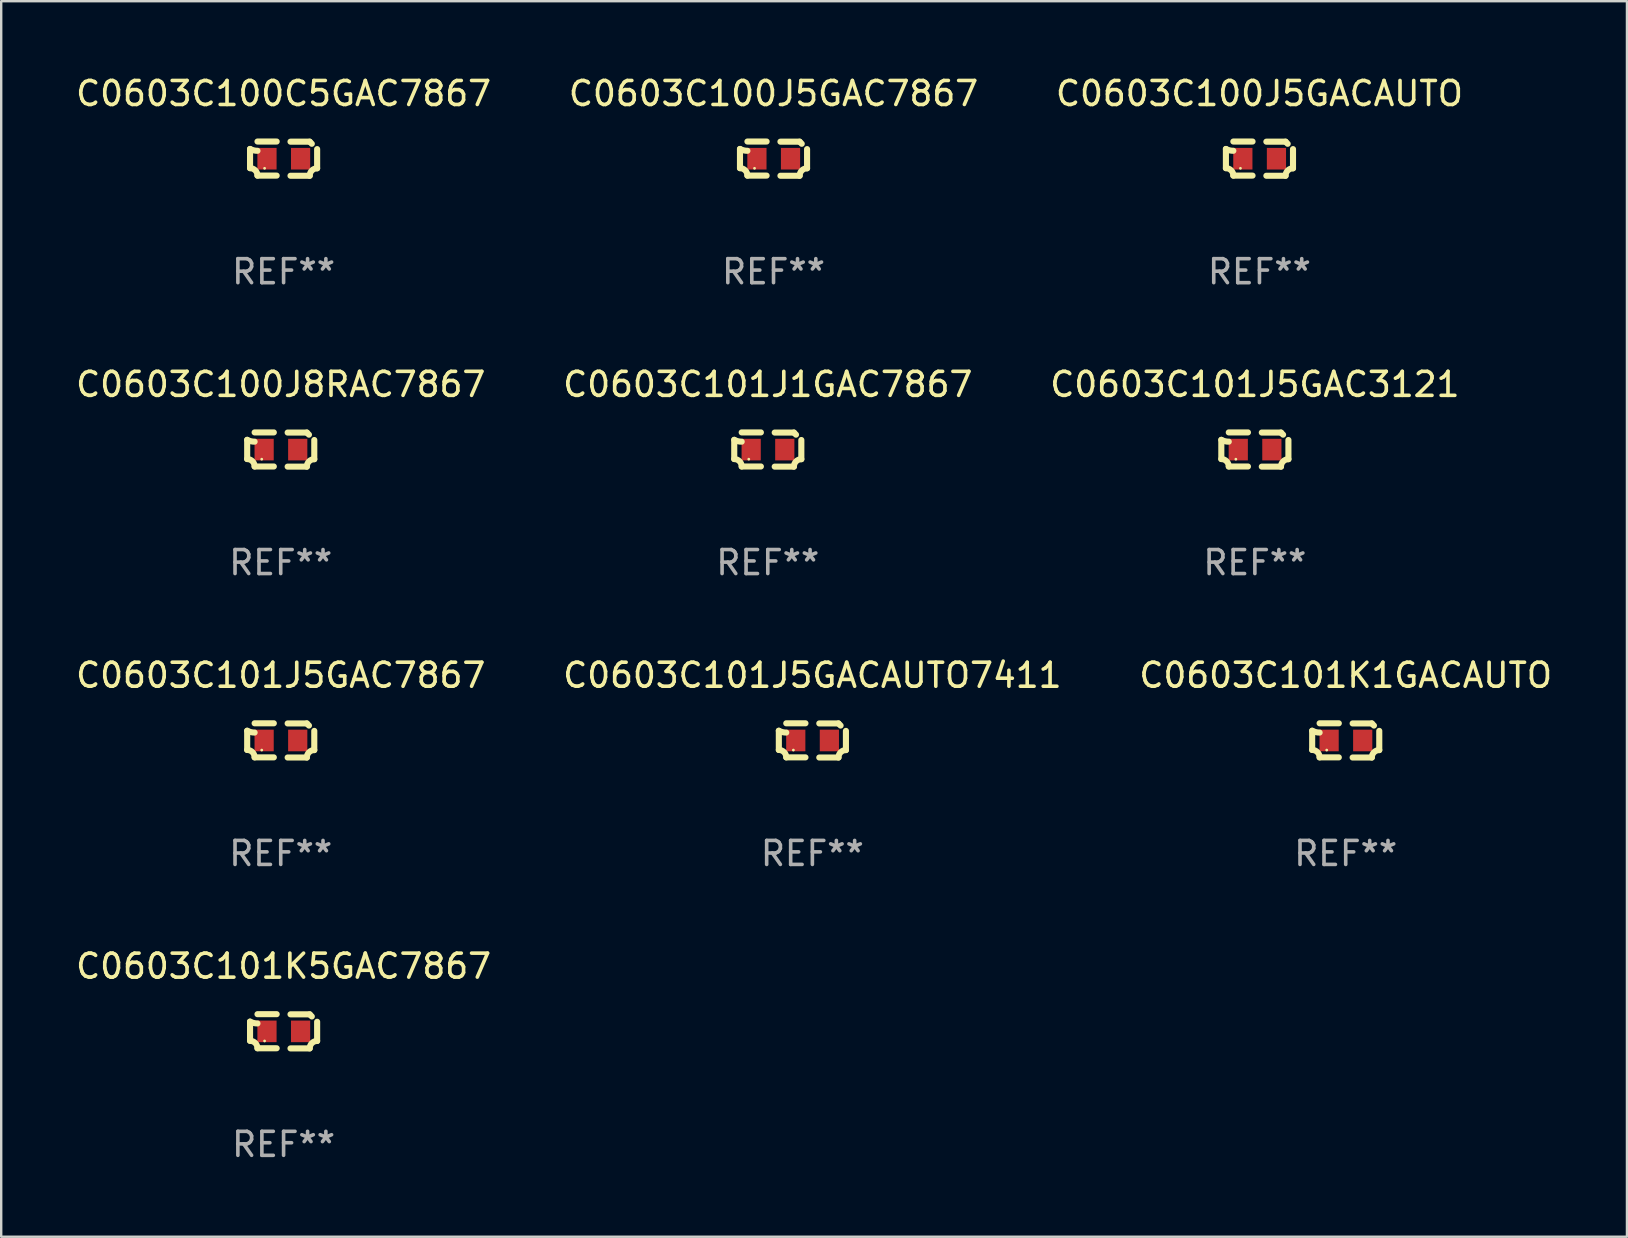
<source format=kicad_pcb>
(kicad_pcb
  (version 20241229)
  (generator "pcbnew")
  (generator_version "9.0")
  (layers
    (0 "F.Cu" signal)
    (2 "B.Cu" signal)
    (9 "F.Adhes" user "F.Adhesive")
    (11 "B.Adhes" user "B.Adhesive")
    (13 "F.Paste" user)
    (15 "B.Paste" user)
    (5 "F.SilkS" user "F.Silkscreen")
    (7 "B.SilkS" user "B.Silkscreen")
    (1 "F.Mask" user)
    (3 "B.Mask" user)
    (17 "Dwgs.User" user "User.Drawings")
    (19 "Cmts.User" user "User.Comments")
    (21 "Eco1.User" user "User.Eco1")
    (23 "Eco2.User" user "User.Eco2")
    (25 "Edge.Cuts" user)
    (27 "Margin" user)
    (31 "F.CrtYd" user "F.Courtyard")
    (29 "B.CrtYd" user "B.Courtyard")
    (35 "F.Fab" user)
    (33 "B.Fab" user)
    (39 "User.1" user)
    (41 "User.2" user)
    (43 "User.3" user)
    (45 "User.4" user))
  (footprint "C0603C101J5GAC3121"
    (layer "F.Cu")
    (at 49.244 15.683)
    (property "Reference" "C0603C101J5GAC3121" (at 0 -2.713 0) (layer "F.SilkS") (effects (font (size 1 1) (thickness 0.15))))
    (attr through_hole)
    (fp_line (start -1.398 -0.403) (end -1.398 0.397) (stroke (width 0.254) (type solid)) (layer "F.SilkS"))
    (fp_line (start -0.288 -0.713) (end -1.088 -0.713) (stroke (width 0.254) (type solid)) (layer "F.SilkS"))
    (fp_line (start -0.288 0.707) (end -1.088 0.707) (stroke (width 0.254) (type solid)) (layer "F.SilkS"))
    (fp_line (start 0.288 -0.707) (end 1.088 -0.707) (stroke (width 0.254) (type solid)) (layer "F.SilkS"))
    (fp_line (start 0.288 0.713) (end 1.088 0.713) (stroke (width 0.254) (type solid)) (layer "F.SilkS"))
    (fp_line (start 1.398 -0.397) (end 1.398 0.403) (stroke (width 0.254) (type solid)) (layer "F.SilkS"))
    (fp_arc (start -1.397789 0.397066) (mid -1.178701 0.487826) (end -1.08796 0.706922) (stroke (width 0.254001) (type solid)) (layer "F.SilkS"))
    (fp_arc (start -1.08796 -0.327176) (mid -1.247436 -0.346384) (end -1.39779 -0.402908) (stroke (width 0.254001) (type solid)) (layer "F.SilkS"))
    (fp_arc (start 1.087909 0.712738) (mid 1.178656 0.493655) (end 1.397739 0.402908) (stroke (width 0.254001) (type solid)) (layer "F.SilkS"))
    (fp_arc (start 1.175925 -0.618926) (mid 1.131917 -0.662923) (end 1.08791 -0.706922) (stroke (width 0.254001) (type solid)) (layer "F.SilkS"))
    (fp_circle (center -0.792 0.403) (end -0.762 0.403) (stroke (width 0.06) (type solid)) (fill no) (layer "F.SilkS"))
    (fp_text user "REF**" (at 0 4.713 0) (layer "F.Fab") (effects (font (size 1 1) (thickness 0.15))))
    (pad "1" smd rect (at -0.692 0.003) (size 0.8 0.9) (layers "F.Cu" "F.Mask" "F.Paste"))
    (pad "2" smd rect (at 0.708 0.003) (size 0.8 0.9) (layers "F.Cu" "F.Mask" "F.Paste")))
  (footprint "C0603C101J5GAC7867"
    (layer "F.Cu")
    (at 8.649 27.805)
    (property "Reference" "C0603C101J5GAC7867" (at 0 -2.713 0) (layer "F.SilkS") (effects (font (size 1 1) (thickness 0.15))))
    (attr through_hole)
    (fp_line (start -1.398 -0.403) (end -1.398 0.397) (stroke (width 0.254) (type solid)) (layer "F.SilkS"))
    (fp_line (start -0.288 -0.713) (end -1.088 -0.713) (stroke (width 0.254) (type solid)) (layer "F.SilkS"))
    (fp_line (start -0.288 0.707) (end -1.088 0.707) (stroke (width 0.254) (type solid)) (layer "F.SilkS"))
    (fp_line (start 0.288 -0.707) (end 1.088 -0.707) (stroke (width 0.254) (type solid)) (layer "F.SilkS"))
    (fp_line (start 0.288 0.713) (end 1.088 0.713) (stroke (width 0.254) (type solid)) (layer "F.SilkS"))
    (fp_line (start 1.398 -0.397) (end 1.398 0.403) (stroke (width 0.254) (type solid)) (layer "F.SilkS"))
    (fp_arc (start -1.397789 0.397066) (mid -1.178701 0.487826) (end -1.08796 0.706922) (stroke (width 0.254001) (type solid)) (layer "F.SilkS"))
    (fp_arc (start -1.08796 -0.327176) (mid -1.247436 -0.346384) (end -1.39779 -0.402908) (stroke (width 0.254001) (type solid)) (layer "F.SilkS"))
    (fp_arc (start 1.087909 0.712738) (mid 1.178656 0.493655) (end 1.397739 0.402908) (stroke (width 0.254001) (type solid)) (layer "F.SilkS"))
    (fp_arc (start 1.175925 -0.618926) (mid 1.131917 -0.662923) (end 1.08791 -0.706922) (stroke (width 0.254001) (type solid)) (layer "F.SilkS"))
    (fp_circle (center -0.792 0.403) (end -0.762 0.403) (stroke (width 0.06) (type solid)) (fill no) (layer "F.SilkS"))
    (fp_text user "REF**" (at 0 4.713 0) (layer "F.Fab") (effects (font (size 1 1) (thickness 0.15))))
    (pad "1" smd rect (at -0.692 0.003) (size 0.8 0.9) (layers "F.Cu" "F.Mask" "F.Paste"))
    (pad "2" smd rect (at 0.708 0.003) (size 0.8 0.9) (layers "F.Cu" "F.Mask" "F.Paste")))
  (footprint "C0603C101K1GACAUTO"
    (layer "F.Cu")
    (at 53.03 27.805)
    (property "Reference" "C0603C101K1GACAUTO" (at 0 -2.713 0) (layer "F.SilkS") (effects (font (size 1 1) (thickness 0.15))))
    (attr through_hole)
    (fp_line (start -1.398 -0.403) (end -1.398 0.397) (stroke (width 0.254) (type solid)) (layer "F.SilkS"))
    (fp_line (start -0.288 -0.713) (end -1.088 -0.713) (stroke (width 0.254) (type solid)) (layer "F.SilkS"))
    (fp_line (start -0.288 0.707) (end -1.088 0.707) (stroke (width 0.254) (type solid)) (layer "F.SilkS"))
    (fp_line (start 0.288 -0.707) (end 1.088 -0.707) (stroke (width 0.254) (type solid)) (layer "F.SilkS"))
    (fp_line (start 0.288 0.713) (end 1.088 0.713) (stroke (width 0.254) (type solid)) (layer "F.SilkS"))
    (fp_line (start 1.398 -0.397) (end 1.398 0.403) (stroke (width 0.254) (type solid)) (layer "F.SilkS"))
    (fp_arc (start -1.397789 0.397066) (mid -1.178701 0.487826) (end -1.08796 0.706922) (stroke (width 0.254001) (type solid)) (layer "F.SilkS"))
    (fp_arc (start -1.08796 -0.327176) (mid -1.247436 -0.346384) (end -1.39779 -0.402908) (stroke (width 0.254001) (type solid)) (layer "F.SilkS"))
    (fp_arc (start 1.087909 0.712738) (mid 1.178656 0.493655) (end 1.397739 0.402908) (stroke (width 0.254001) (type solid)) (layer "F.SilkS"))
    (fp_arc (start 1.175925 -0.618926) (mid 1.131917 -0.662923) (end 1.08791 -0.706922) (stroke (width 0.254001) (type solid)) (layer "F.SilkS"))
    (fp_circle (center -0.792 0.403) (end -0.762 0.403) (stroke (width 0.06) (type solid)) (fill no) (layer "F.SilkS"))
    (fp_text user "REF**" (at 0 4.713 0) (layer "F.Fab") (effects (font (size 1 1) (thickness 0.15))))
    (pad "1" smd rect (at -0.692 0.003) (size 0.8 0.9) (layers "F.Cu" "F.Mask" "F.Paste"))
    (pad "2" smd rect (at 0.708 0.003) (size 0.8 0.9) (layers "F.Cu" "F.Mask" "F.Paste")))
  (footprint "C0603C101J1GAC7867"
    (layer "F.Cu")
    (at 28.946 15.683)
    (property "Reference" "C0603C101J1GAC7867" (at 0 -2.713 0) (layer "F.SilkS") (effects (font (size 1 1) (thickness 0.15))))
    (attr through_hole)
    (fp_line (start -1.398 -0.403) (end -1.398 0.397) (stroke (width 0.254) (type solid)) (layer "F.SilkS"))
    (fp_line (start -0.288 -0.713) (end -1.088 -0.713) (stroke (width 0.254) (type solid)) (layer "F.SilkS"))
    (fp_line (start -0.288 0.707) (end -1.088 0.707) (stroke (width 0.254) (type solid)) (layer "F.SilkS"))
    (fp_line (start 0.288 -0.707) (end 1.088 -0.707) (stroke (width 0.254) (type solid)) (layer "F.SilkS"))
    (fp_line (start 0.288 0.713) (end 1.088 0.713) (stroke (width 0.254) (type solid)) (layer "F.SilkS"))
    (fp_line (start 1.398 -0.397) (end 1.398 0.403) (stroke (width 0.254) (type solid)) (layer "F.SilkS"))
    (fp_arc (start -1.397789 0.397066) (mid -1.178701 0.487826) (end -1.08796 0.706922) (stroke (width 0.254001) (type solid)) (layer "F.SilkS"))
    (fp_arc (start -1.08796 -0.327176) (mid -1.247436 -0.346384) (end -1.39779 -0.402908) (stroke (width 0.254001) (type solid)) (layer "F.SilkS"))
    (fp_arc (start 1.087909 0.712738) (mid 1.178656 0.493655) (end 1.397739 0.402908) (stroke (width 0.254001) (type solid)) (layer "F.SilkS"))
    (fp_arc (start 1.175925 -0.618926) (mid 1.131917 -0.662923) (end 1.08791 -0.706922) (stroke (width 0.254001) (type solid)) (layer "F.SilkS"))
    (fp_circle (center -0.792 0.403) (end -0.762 0.403) (stroke (width 0.06) (type solid)) (fill no) (layer "F.SilkS"))
    (fp_text user "REF**" (at 0 4.713 0) (layer "F.Fab") (effects (font (size 1 1) (thickness 0.15))))
    (pad "1" smd rect (at -0.692 0.003) (size 0.8 0.9) (layers "F.Cu" "F.Mask" "F.Paste"))
    (pad "2" smd rect (at 0.708 0.003) (size 0.8 0.9) (layers "F.Cu" "F.Mask" "F.Paste")))
  (footprint "C0603C100J5GACAUTO"
    (layer "F.Cu")
    (at 49.435 3.561)
    (property "Reference" "C0603C100J5GACAUTO" (at 0 -2.713 0) (layer "F.SilkS") (effects (font (size 1 1) (thickness 0.15))))
    (attr through_hole)
    (fp_line (start -1.398 -0.403) (end -1.398 0.397) (stroke (width 0.254) (type solid)) (layer "F.SilkS"))
    (fp_line (start -0.288 -0.713) (end -1.088 -0.713) (stroke (width 0.254) (type solid)) (layer "F.SilkS"))
    (fp_line (start -0.288 0.707) (end -1.088 0.707) (stroke (width 0.254) (type solid)) (layer "F.SilkS"))
    (fp_line (start 0.288 -0.707) (end 1.088 -0.707) (stroke (width 0.254) (type solid)) (layer "F.SilkS"))
    (fp_line (start 0.288 0.713) (end 1.088 0.713) (stroke (width 0.254) (type solid)) (layer "F.SilkS"))
    (fp_line (start 1.398 -0.397) (end 1.398 0.403) (stroke (width 0.254) (type solid)) (layer "F.SilkS"))
    (fp_arc (start -1.397789 0.397066) (mid -1.178701 0.487826) (end -1.08796 0.706922) (stroke (width 0.254001) (type solid)) (layer "F.SilkS"))
    (fp_arc (start -1.08796 -0.327176) (mid -1.247436 -0.346384) (end -1.39779 -0.402908) (stroke (width 0.254001) (type solid)) (layer "F.SilkS"))
    (fp_arc (start 1.087909 0.712738) (mid 1.178656 0.493655) (end 1.397739 0.402908) (stroke (width 0.254001) (type solid)) (layer "F.SilkS"))
    (fp_arc (start 1.175925 -0.618926) (mid 1.131917 -0.662923) (end 1.08791 -0.706922) (stroke (width 0.254001) (type solid)) (layer "F.SilkS"))
    (fp_circle (center -0.792 0.403) (end -0.762 0.403) (stroke (width 0.06) (type solid)) (fill no) (layer "F.SilkS"))
    (fp_text user "REF**" (at 0 4.713 0) (layer "F.Fab") (effects (font (size 1 1) (thickness 0.15))))
    (pad "1" smd rect (at -0.692 0.003) (size 0.8 0.9) (layers "F.Cu" "F.Mask" "F.Paste"))
    (pad "2" smd rect (at 0.708 0.003) (size 0.8 0.9) (layers "F.Cu" "F.Mask" "F.Paste")))
  (footprint "C0603C100C5GAC7867"
    (layer "F.Cu")
    (at 8.768 3.561)
    (property "Reference" "C0603C100C5GAC7867" (at 0 -2.713 0) (layer "F.SilkS") (effects (font (size 1 1) (thickness 0.15))))
    (attr through_hole)
    (fp_line (start -1.398 -0.403) (end -1.398 0.397) (stroke (width 0.254) (type solid)) (layer "F.SilkS"))
    (fp_line (start -0.288 -0.713) (end -1.088 -0.713) (stroke (width 0.254) (type solid)) (layer "F.SilkS"))
    (fp_line (start -0.288 0.707) (end -1.088 0.707) (stroke (width 0.254) (type solid)) (layer "F.SilkS"))
    (fp_line (start 0.288 -0.707) (end 1.088 -0.707) (stroke (width 0.254) (type solid)) (layer "F.SilkS"))
    (fp_line (start 0.288 0.713) (end 1.088 0.713) (stroke (width 0.254) (type solid)) (layer "F.SilkS"))
    (fp_line (start 1.398 -0.397) (end 1.398 0.403) (stroke (width 0.254) (type solid)) (layer "F.SilkS"))
    (fp_arc (start -1.397789 0.397066) (mid -1.178701 0.487826) (end -1.08796 0.706922) (stroke (width 0.254001) (type solid)) (layer "F.SilkS"))
    (fp_arc (start -1.08796 -0.327176) (mid -1.247436 -0.346384) (end -1.39779 -0.402908) (stroke (width 0.254001) (type solid)) (layer "F.SilkS"))
    (fp_arc (start 1.087909 0.712738) (mid 1.178656 0.493655) (end 1.397739 0.402908) (stroke (width 0.254001) (type solid)) (layer "F.SilkS"))
    (fp_arc (start 1.175925 -0.618926) (mid 1.131917 -0.662923) (end 1.08791 -0.706922) (stroke (width 0.254001) (type solid)) (layer "F.SilkS"))
    (fp_circle (center -0.792 0.403) (end -0.762 0.403) (stroke (width 0.06) (type solid)) (fill no) (layer "F.SilkS"))
    (fp_text user "REF**" (at 0 4.713 0) (layer "F.Fab") (effects (font (size 1 1) (thickness 0.15))))
    (pad "1" smd rect (at -0.692 0.003) (size 0.8 0.9) (layers "F.Cu" "F.Mask" "F.Paste"))
    (pad "2" smd rect (at 0.708 0.003) (size 0.8 0.9) (layers "F.Cu" "F.Mask" "F.Paste")))
  (footprint "C0603C100J5GAC7867"
    (layer "F.Cu")
    (at 29.185 3.561)
    (property "Reference" "C0603C100J5GAC7867" (at 0 -2.713 0) (layer "F.SilkS") (effects (font (size 1 1) (thickness 0.15))))
    (attr through_hole)
    (fp_line (start -1.398 -0.403) (end -1.398 0.397) (stroke (width 0.254) (type solid)) (layer "F.SilkS"))
    (fp_line (start -0.288 -0.713) (end -1.088 -0.713) (stroke (width 0.254) (type solid)) (layer "F.SilkS"))
    (fp_line (start -0.288 0.707) (end -1.088 0.707) (stroke (width 0.254) (type solid)) (layer "F.SilkS"))
    (fp_line (start 0.288 -0.707) (end 1.088 -0.707) (stroke (width 0.254) (type solid)) (layer "F.SilkS"))
    (fp_line (start 0.288 0.713) (end 1.088 0.713) (stroke (width 0.254) (type solid)) (layer "F.SilkS"))
    (fp_line (start 1.398 -0.397) (end 1.398 0.403) (stroke (width 0.254) (type solid)) (layer "F.SilkS"))
    (fp_arc (start -1.397789 0.397066) (mid -1.178701 0.487826) (end -1.08796 0.706922) (stroke (width 0.254001) (type solid)) (layer "F.SilkS"))
    (fp_arc (start -1.08796 -0.327176) (mid -1.247436 -0.346384) (end -1.39779 -0.402908) (stroke (width 0.254001) (type solid)) (layer "F.SilkS"))
    (fp_arc (start 1.087909 0.712738) (mid 1.178656 0.493655) (end 1.397739 0.402908) (stroke (width 0.254001) (type solid)) (layer "F.SilkS"))
    (fp_arc (start 1.175925 -0.618926) (mid 1.131917 -0.662923) (end 1.08791 -0.706922) (stroke (width 0.254001) (type solid)) (layer "F.SilkS"))
    (fp_circle (center -0.792 0.403) (end -0.762 0.403) (stroke (width 0.06) (type solid)) (fill no) (layer "F.SilkS"))
    (fp_text user "REF**" (at 0 4.713 0) (layer "F.Fab") (effects (font (size 1 1) (thickness 0.15))))
    (pad "1" smd rect (at -0.692 0.003) (size 0.8 0.9) (layers "F.Cu" "F.Mask" "F.Paste"))
    (pad "2" smd rect (at 0.708 0.003) (size 0.8 0.9) (layers "F.Cu" "F.Mask" "F.Paste")))
  (footprint "C0603C101J5GACAUTO7411"
    (layer "F.Cu")
    (at 30.804 27.805)
    (property "Reference" "C0603C101J5GACAUTO7411" (at 0 -2.713 0) (layer "F.SilkS") (effects (font (size 1 1) (thickness 0.15))))
    (attr through_hole)
    (fp_line (start -1.398 -0.403) (end -1.398 0.397) (stroke (width 0.254) (type solid)) (layer "F.SilkS"))
    (fp_line (start -0.288 -0.713) (end -1.088 -0.713) (stroke (width 0.254) (type solid)) (layer "F.SilkS"))
    (fp_line (start -0.288 0.707) (end -1.088 0.707) (stroke (width 0.254) (type solid)) (layer "F.SilkS"))
    (fp_line (start 0.288 -0.707) (end 1.088 -0.707) (stroke (width 0.254) (type solid)) (layer "F.SilkS"))
    (fp_line (start 0.288 0.713) (end 1.088 0.713) (stroke (width 0.254) (type solid)) (layer "F.SilkS"))
    (fp_line (start 1.398 -0.397) (end 1.398 0.403) (stroke (width 0.254) (type solid)) (layer "F.SilkS"))
    (fp_arc (start -1.397789 0.397066) (mid -1.178701 0.487826) (end -1.08796 0.706922) (stroke (width 0.254001) (type solid)) (layer "F.SilkS"))
    (fp_arc (start -1.08796 -0.327176) (mid -1.247436 -0.346384) (end -1.39779 -0.402908) (stroke (width 0.254001) (type solid)) (layer "F.SilkS"))
    (fp_arc (start 1.087909 0.712738) (mid 1.178656 0.493655) (end 1.397739 0.402908) (stroke (width 0.254001) (type solid)) (layer "F.SilkS"))
    (fp_arc (start 1.175925 -0.618926) (mid 1.131917 -0.662923) (end 1.08791 -0.706922) (stroke (width 0.254001) (type solid)) (layer "F.SilkS"))
    (fp_circle (center -0.792 0.403) (end -0.762 0.403) (stroke (width 0.06) (type solid)) (fill no) (layer "F.SilkS"))
    (fp_text user "REF**" (at 0 4.713 0) (layer "F.Fab") (effects (font (size 1 1) (thickness 0.15))))
    (pad "1" smd rect (at -0.692 0.003) (size 0.8 0.9) (layers "F.Cu" "F.Mask" "F.Paste"))
    (pad "2" smd rect (at 0.708 0.003) (size 0.8 0.9) (layers "F.Cu" "F.Mask" "F.Paste")))
  (footprint "C0603C101K5GAC7867"
    (layer "F.Cu")
    (at 8.768 39.927)
    (property "Reference" "C0603C101K5GAC7867" (at 0 -2.713 0) (layer "F.SilkS") (effects (font (size 1 1) (thickness 0.15))))
    (attr through_hole)
    (fp_line (start -1.398 -0.403) (end -1.398 0.397) (stroke (width 0.254) (type solid)) (layer "F.SilkS"))
    (fp_line (start -0.288 -0.713) (end -1.088 -0.713) (stroke (width 0.254) (type solid)) (layer "F.SilkS"))
    (fp_line (start -0.288 0.707) (end -1.088 0.707) (stroke (width 0.254) (type solid)) (layer "F.SilkS"))
    (fp_line (start 0.288 -0.707) (end 1.088 -0.707) (stroke (width 0.254) (type solid)) (layer "F.SilkS"))
    (fp_line (start 0.288 0.713) (end 1.088 0.713) (stroke (width 0.254) (type solid)) (layer "F.SilkS"))
    (fp_line (start 1.398 -0.397) (end 1.398 0.403) (stroke (width 0.254) (type solid)) (layer "F.SilkS"))
    (fp_arc (start -1.397789 0.397066) (mid -1.178701 0.487826) (end -1.08796 0.706922) (stroke (width 0.254001) (type solid)) (layer "F.SilkS"))
    (fp_arc (start -1.08796 -0.327176) (mid -1.247436 -0.346384) (end -1.39779 -0.402908) (stroke (width 0.254001) (type solid)) (layer "F.SilkS"))
    (fp_arc (start 1.087909 0.712738) (mid 1.178656 0.493655) (end 1.397739 0.402908) (stroke (width 0.254001) (type solid)) (layer "F.SilkS"))
    (fp_arc (start 1.175925 -0.618926) (mid 1.131917 -0.662923) (end 1.08791 -0.706922) (stroke (width 0.254001) (type solid)) (layer "F.SilkS"))
    (fp_circle (center -0.792 0.403) (end -0.762 0.403) (stroke (width 0.06) (type solid)) (fill no) (layer "F.SilkS"))
    (fp_text user "REF**" (at 0 4.713 0) (layer "F.Fab") (effects (font (size 1 1) (thickness 0.15))))
    (pad "1" smd rect (at -0.692 0.003) (size 0.8 0.9) (layers "F.Cu" "F.Mask" "F.Paste"))
    (pad "2" smd rect (at 0.708 0.003) (size 0.8 0.9) (layers "F.Cu" "F.Mask" "F.Paste")))
  (footprint "C0603C100J8RAC7867"
    (layer "F.Cu")
    (at 8.649 15.683)
    (property "Reference" "C0603C100J8RAC7867" (at 0 -2.713 0) (layer "F.SilkS") (effects (font (size 1 1) (thickness 0.15))))
    (attr through_hole)
    (fp_line (start -1.398 -0.403) (end -1.398 0.397) (stroke (width 0.254) (type solid)) (layer "F.SilkS"))
    (fp_line (start -0.288 -0.713) (end -1.088 -0.713) (stroke (width 0.254) (type solid)) (layer "F.SilkS"))
    (fp_line (start -0.288 0.707) (end -1.088 0.707) (stroke (width 0.254) (type solid)) (layer "F.SilkS"))
    (fp_line (start 0.288 -0.707) (end 1.088 -0.707) (stroke (width 0.254) (type solid)) (layer "F.SilkS"))
    (fp_line (start 0.288 0.713) (end 1.088 0.713) (stroke (width 0.254) (type solid)) (layer "F.SilkS"))
    (fp_line (start 1.398 -0.397) (end 1.398 0.403) (stroke (width 0.254) (type solid)) (layer "F.SilkS"))
    (fp_arc (start -1.397789 0.397066) (mid -1.178701 0.487826) (end -1.08796 0.706922) (stroke (width 0.254001) (type solid)) (layer "F.SilkS"))
    (fp_arc (start -1.08796 -0.327176) (mid -1.247436 -0.346384) (end -1.39779 -0.402908) (stroke (width 0.254001) (type solid)) (layer "F.SilkS"))
    (fp_arc (start 1.087909 0.712738) (mid 1.178656 0.493655) (end 1.397739 0.402908) (stroke (width 0.254001) (type solid)) (layer "F.SilkS"))
    (fp_arc (start 1.175925 -0.618926) (mid 1.131917 -0.662923) (end 1.08791 -0.706922) (stroke (width 0.254001) (type solid)) (layer "F.SilkS"))
    (fp_circle (center -0.792 0.403) (end -0.762 0.403) (stroke (width 0.06) (type solid)) (fill no) (layer "F.SilkS"))
    (fp_text user "REF**" (at 0 4.713 0) (layer "F.Fab") (effects (font (size 1 1) (thickness 0.15))))
    (pad "1" smd rect (at -0.692 0.003) (size 0.8 0.9) (layers "F.Cu" "F.Mask" "F.Paste"))
    (pad "2" smd rect (at 0.708 0.003) (size 0.8 0.9) (layers "F.Cu" "F.Mask" "F.Paste")))
  (gr_rect
    (start -3 -3)
    (end 64.75 48.488)
    (stroke (width 0.1) (type default))
    (fill no)
    (layer "Edge.Cuts")))
</source>
